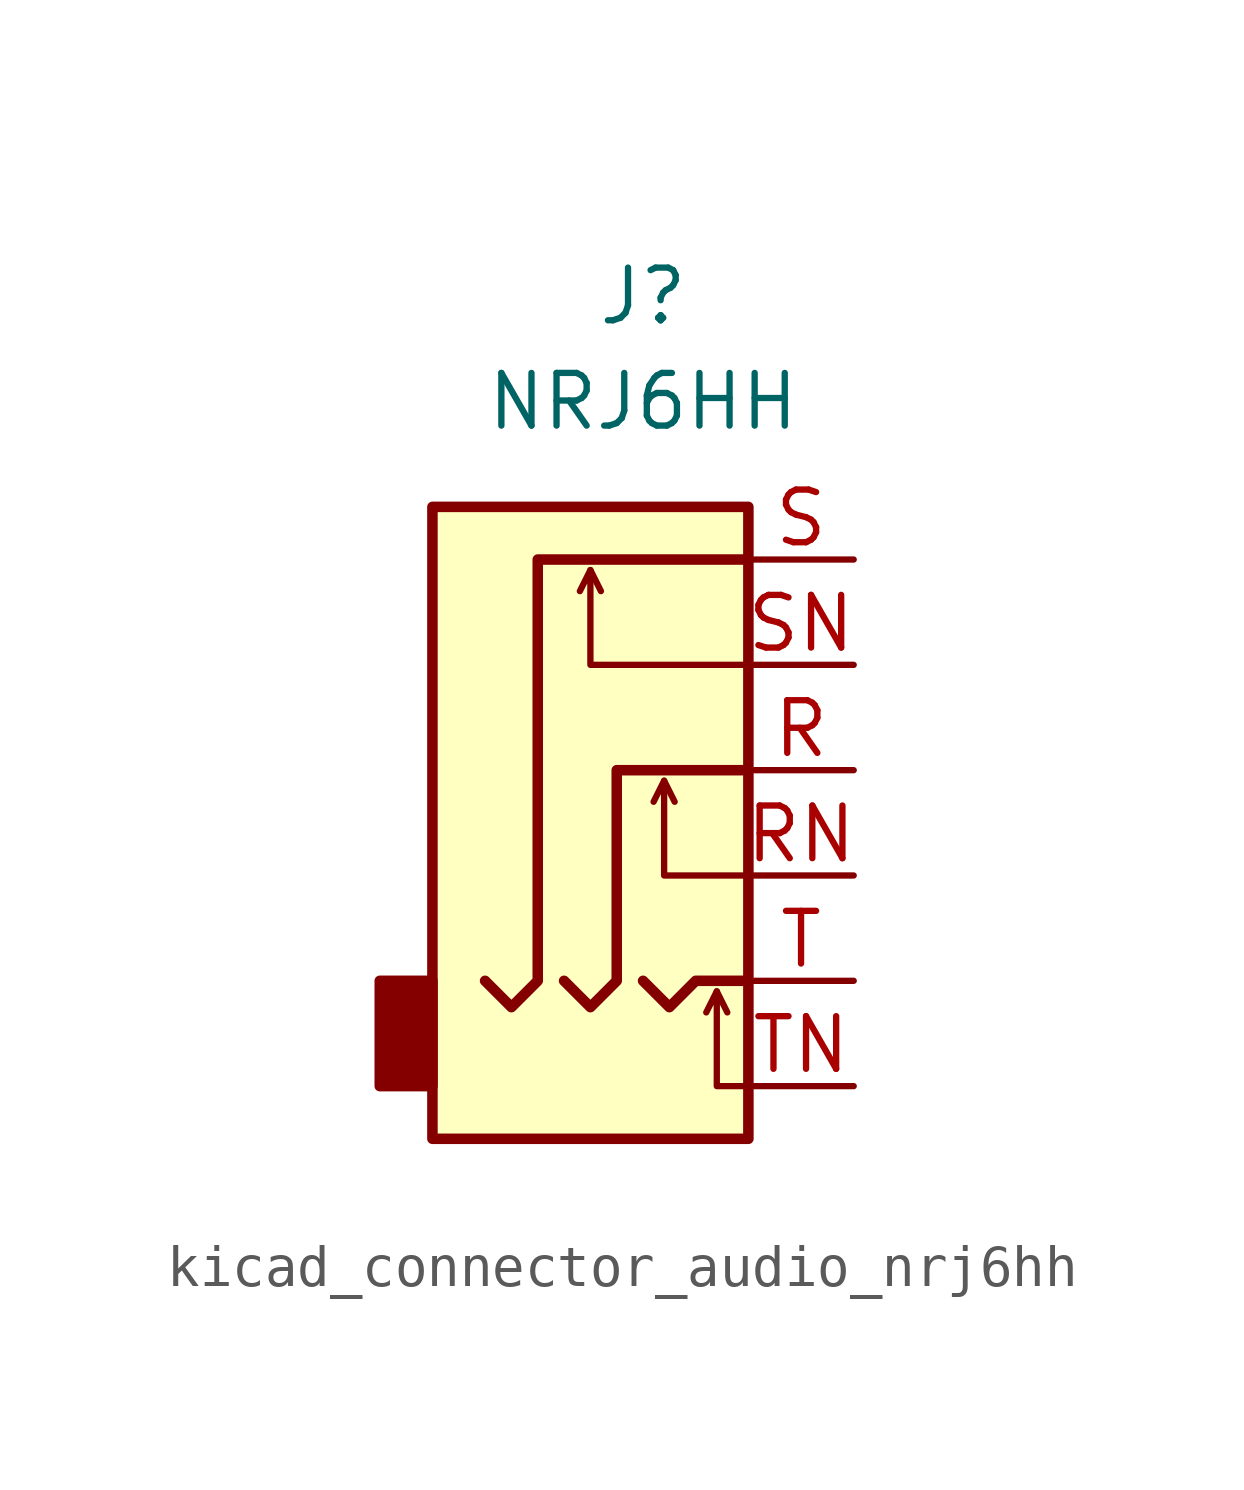
<source format=kicad_sym>
(kicad_symbol_lib
  (version 20220914)
  (generator kicad_symbol_editor)
  (symbol "kicad_connector_audio_nrj6hh"
    (property "Reference" "J"
      (at 0 11.43 0)
      (effects (font (size 1.27 1.27))))
    (property "Value" "NRJ6HH"
      (at 0 8.89 0)
      (effects (font (size 1.27 1.27))))
    (symbol "kicad_connector_audio_nrj6hh_0_1"
      (rectangle (start -5.08 -5.08) (end -6.35 -7.62) (stroke (width 0.254) (type default)) (fill (type outline)))
      (polyline (pts (xy -1.27 4.826) (xy -1.016 4.318)) (stroke (width 0) (type default)) (fill (type none)))
      (polyline (pts (xy 0.508 -0.254) (xy 0.762 -0.762)) (stroke (width 0) (type default)) (fill (type none)))
      (polyline (pts (xy 1.778 -5.334) (xy 2.032 -5.842)) (stroke (width 0) (type default)) (fill (type none)))
      (polyline (pts (xy 0 -5.08) (xy 0.635 -5.715) (xy 1.27 -5.08) (xy 2.54 -5.08)) (stroke (width 0.254) (type default)) (fill (type none)))
      (polyline (pts (xy 2.54 -7.62) (xy 1.778 -7.62) (xy 1.778 -5.334) (xy 1.524 -5.842)) (stroke (width 0) (type default)) (fill (type none)))
      (polyline (pts (xy 2.54 -2.54) (xy 0.508 -2.54) (xy 0.508 -0.254) (xy 0.254 -0.762)) (stroke (width 0) (type default)) (fill (type none)))
      (polyline (pts (xy 2.54 2.54) (xy -1.27 2.54) (xy -1.27 4.826) (xy -1.524 4.318)) (stroke (width 0) (type default)) (fill (type none)))
      (polyline (pts (xy -1.905 -5.08) (xy -1.27 -5.715) (xy -0.635 -5.08) (xy -0.635 0) (xy 2.54 0)) (stroke (width 0.254) (type default)) (fill (type none)))
      (polyline (pts (xy 2.54 5.08) (xy -2.54 5.08) (xy -2.54 -5.08) (xy -3.175 -5.715) (xy -3.81 -5.08)) (stroke (width 0.254) (type default)) (fill (type none)))
      (rectangle (start 2.54 6.35) (end -5.08 -8.89) (stroke (width 0.254) (type default)) (fill (type background))))
    (symbol "kicad_connector_audio_nrj6hh_1_1"
      (pin passive line (at 5.08 0 180) (length 2.54) (name "~" (effects (font (size 1.27 1.27)))) (number "R" (effects (font (size 1.27 1.27)))))
      (pin passive line (at 5.08 -2.54 180) (length 2.54) (name "~" (effects (font (size 1.27 1.27)))) (number "RN" (effects (font (size 1.27 1.27)))))
      (pin passive line (at 5.08 5.08 180) (length 2.54) (name "~" (effects (font (size 1.27 1.27)))) (number "S" (effects (font (size 1.27 1.27)))))
      (pin passive line (at 5.08 2.54 180) (length 2.54) (name "~" (effects (font (size 1.27 1.27)))) (number "SN" (effects (font (size 1.27 1.27)))))
      (pin passive line (at 5.08 -5.08 180) (length 2.54) (name "~" (effects (font (size 1.27 1.27)))) (number "T" (effects (font (size 1.27 1.27)))))
      (pin passive line (at 5.08 -7.62 180) (length 2.54) (name "~" (effects (font (size 1.27 1.27)))) (number "TN" (effects (font (size 1.27 1.27))))))))
</source>
